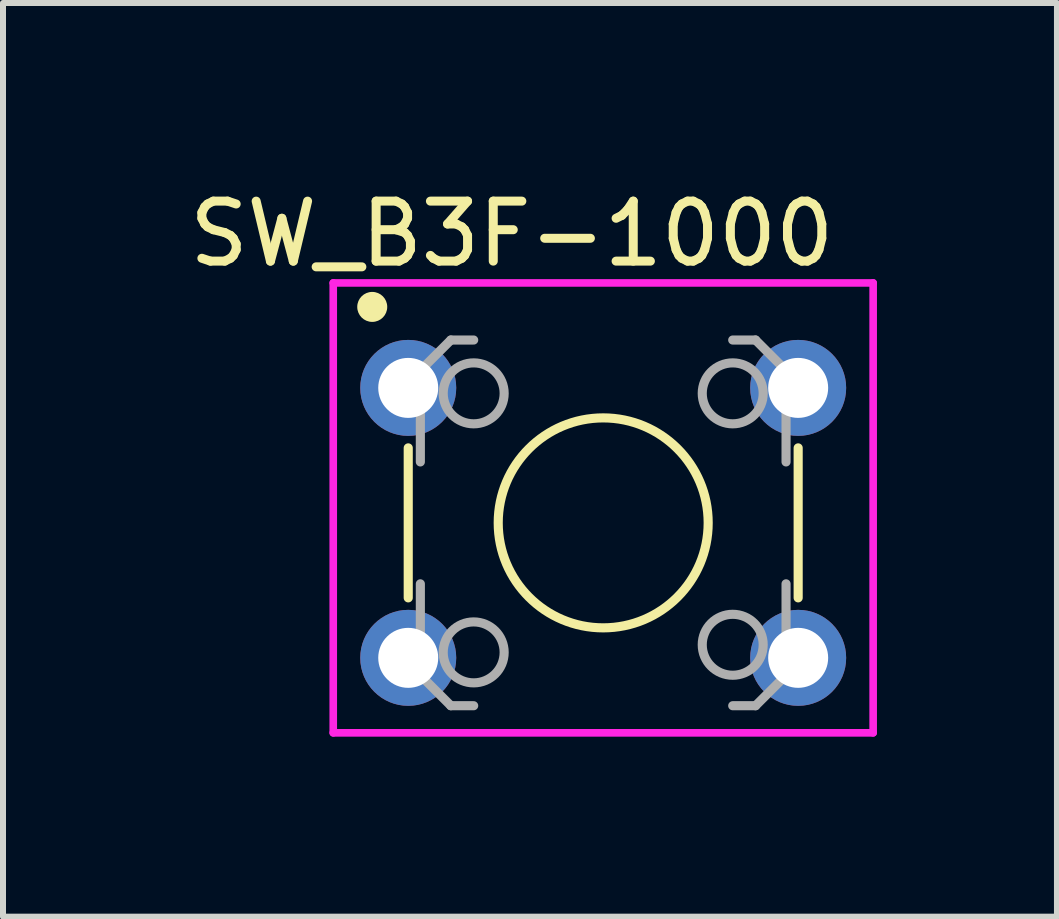
<source format=kicad_pcb>
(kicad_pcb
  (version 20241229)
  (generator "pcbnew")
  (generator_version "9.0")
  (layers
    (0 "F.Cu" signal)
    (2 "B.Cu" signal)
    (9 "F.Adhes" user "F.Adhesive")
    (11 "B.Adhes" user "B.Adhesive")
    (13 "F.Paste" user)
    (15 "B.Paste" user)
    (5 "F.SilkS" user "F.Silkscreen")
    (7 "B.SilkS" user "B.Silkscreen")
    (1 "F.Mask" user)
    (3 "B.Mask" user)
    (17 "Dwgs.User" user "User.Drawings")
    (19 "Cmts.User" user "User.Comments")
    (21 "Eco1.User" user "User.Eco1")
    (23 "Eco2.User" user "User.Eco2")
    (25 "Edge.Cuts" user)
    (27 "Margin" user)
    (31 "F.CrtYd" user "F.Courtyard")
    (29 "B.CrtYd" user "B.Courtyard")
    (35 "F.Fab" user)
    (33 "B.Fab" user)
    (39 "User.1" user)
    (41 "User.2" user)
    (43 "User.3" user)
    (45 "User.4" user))
  (footprint "SW_B3F-1000"
    (layer "F.Cu")
    (at 7.005 5.666)
    (property "Reference" "SW_B3F-1000" (at -1.523 -4.818 0) (layer "F.SilkS") (effects (font (size 1 1) (thickness 0.15))))
    (attr through_hole)
    (fp_line (start -3.25 -1.25) (end -3.25 1.25) (stroke (width 0.152) (type solid)) (layer "F.SilkS"))
    (fp_line (start 3.25 -1.25) (end 3.25 1.25) (stroke (width 0.152) (type solid)) (layer "F.SilkS"))
    (fp_circle (center -3.85 -3.6) (end -3.6 -3.6) (stroke (width 0) (type solid)) (fill yes) (layer "F.SilkS"))
    (fp_circle (center 0 0) (end 1.75 0) (stroke (width 0.152) (type solid)) (fill no) (layer "F.SilkS"))
    (fp_line (start -4.5 -4) (end 4.5 -4) (stroke (width 0.127) (type solid)) (layer "F.CrtYd"))
    (fp_line (start -4.5 3.5) (end -4.5 -4) (stroke (width 0.127) (type solid)) (layer "F.CrtYd"))
    (fp_line (start 4.5 -4) (end 4.5 3.5) (stroke (width 0.127) (type solid)) (layer "F.CrtYd"))
    (fp_line (start 4.5 3.5) (end -4.5 3.5) (stroke (width 0.127) (type solid)) (layer "F.CrtYd"))
    (fp_line (start -3.048 -2.54) (end -3.048 -1.016) (stroke (width 0.152) (type solid)) (layer "F.Fab"))
    (fp_line (start -3.048 2.54) (end -3.048 1.016) (stroke (width 0.152) (type solid)) (layer "F.Fab"))
    (fp_line (start -2.54 -3.048) (end -3.048 -2.54) (stroke (width 0.152) (type solid)) (layer "F.Fab"))
    (fp_line (start -2.54 -3.048) (end -2.159 -3.048) (stroke (width 0.152) (type solid)) (layer "F.Fab"))
    (fp_line (start -2.54 3.048) (end -3.048 2.54) (stroke (width 0.152) (type solid)) (layer "F.Fab"))
    (fp_line (start -2.54 3.048) (end -2.159 3.048) (stroke (width 0.152) (type solid)) (layer "F.Fab"))
    (fp_line (start 2.54 -3.048) (end 2.159 -3.048) (stroke (width 0.152) (type solid)) (layer "F.Fab"))
    (fp_line (start 2.54 3.048) (end 2.159 3.048) (stroke (width 0.152) (type solid)) (layer "F.Fab"))
    (fp_line (start 2.54 3.048) (end 3.048 2.54) (stroke (width 0.152) (type solid)) (layer "F.Fab"))
    (fp_line (start 3.048 -2.54) (end 2.54 -3.048) (stroke (width 0.152) (type solid)) (layer "F.Fab"))
    (fp_line (start 3.048 -1.016) (end 3.048 -2.54) (stroke (width 0.152) (type solid)) (layer "F.Fab"))
    (fp_line (start 3.048 2.54) (end 3.048 1.016) (stroke (width 0.152) (type solid)) (layer "F.Fab"))
    (fp_circle (center -2.159 -2.159) (end -1.651 -2.159) (stroke (width 0.152) (type solid)) (fill no) (layer "F.Fab"))
    (fp_circle (center -2.159 2.159) (end -1.651 2.159) (stroke (width 0.152) (type solid)) (fill no) (layer "F.Fab"))
    (fp_circle (center 2.159 -2.159) (end 2.667 -2.159) (stroke (width 0.152) (type solid)) (fill no) (layer "F.Fab"))
    (fp_circle (center 2.159 2.032) (end 2.667 2.032) (stroke (width 0.152) (type solid)) (fill no) (layer "F.Fab"))
    (pad "1" thru_hole circle (at -3.25 -2.25) (size 1.6 1.6) (drill 1) (layers "*.Cu" "*.Mask"))
    (pad "2" thru_hole circle (at 3.25 -2.25) (size 1.6 1.6) (drill 1) (layers "*.Cu" "*.Mask"))
    (pad "3" thru_hole circle (at -3.25 2.25) (size 1.6 1.6) (drill 1) (layers "*.Cu" "*.Mask"))
    (pad "4" thru_hole circle (at 3.25 2.25) (size 1.6 1.6) (drill 1) (layers "*.Cu" "*.Mask")))
  (gr_rect
    (start -3 -3)
    (end 14.569 12.23)
    (stroke (width 0.1) (type default))
    (fill no)
    (layer "Edge.Cuts")))
</source>
